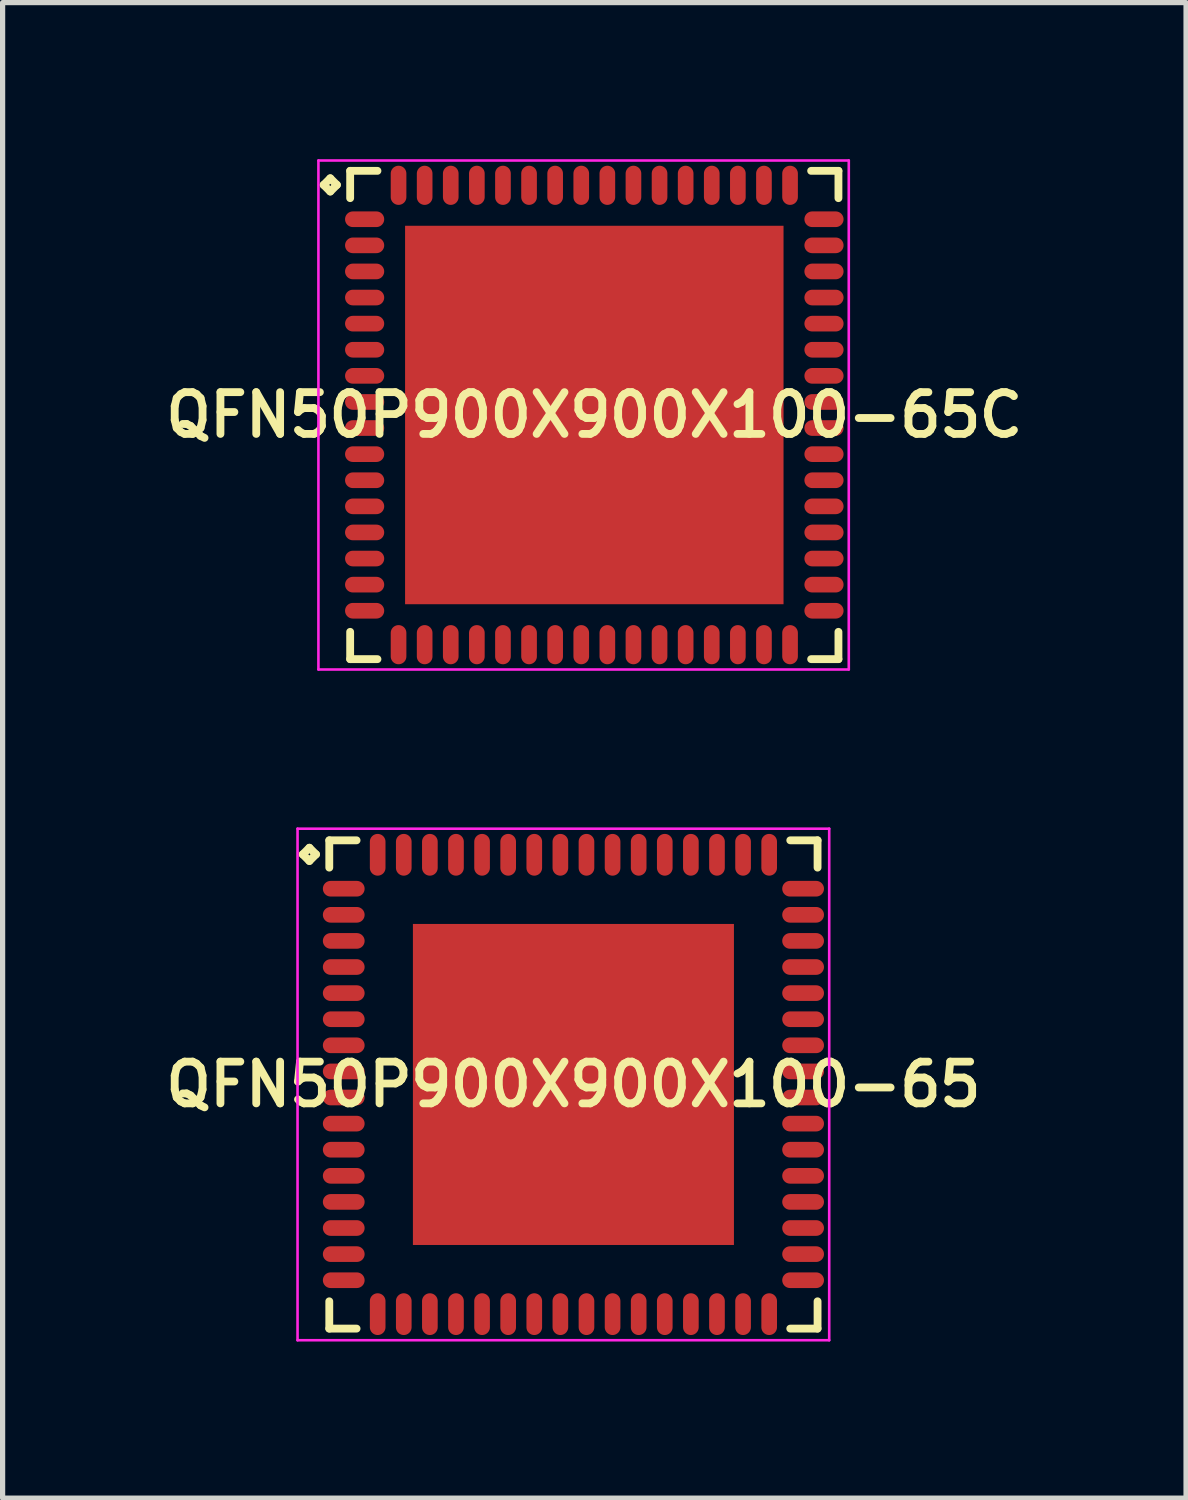
<source format=kicad_pcb>
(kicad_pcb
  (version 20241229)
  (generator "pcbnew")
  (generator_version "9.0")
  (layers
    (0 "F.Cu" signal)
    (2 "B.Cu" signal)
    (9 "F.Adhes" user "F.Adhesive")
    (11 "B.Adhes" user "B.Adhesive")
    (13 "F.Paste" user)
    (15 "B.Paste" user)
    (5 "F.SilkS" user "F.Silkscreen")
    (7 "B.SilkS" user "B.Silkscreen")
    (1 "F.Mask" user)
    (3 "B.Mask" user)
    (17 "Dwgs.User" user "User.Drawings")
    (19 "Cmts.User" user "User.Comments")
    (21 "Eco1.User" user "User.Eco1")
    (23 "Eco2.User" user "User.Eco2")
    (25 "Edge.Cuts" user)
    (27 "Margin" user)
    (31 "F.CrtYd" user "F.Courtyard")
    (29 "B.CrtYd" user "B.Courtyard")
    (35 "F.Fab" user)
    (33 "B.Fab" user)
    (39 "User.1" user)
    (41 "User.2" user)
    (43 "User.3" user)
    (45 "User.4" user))
  (footprint "QFN50P900X900X100-65C"
    (layer "F.Cu")
    (at 8.335 4.9)
    (property "Reference" "QFN50P900X900X100-65C" (at 0 0 0) (layer "F.SilkS") (effects (font (size 0.8 0.8) (thickness 0.15))))
    (attr smd)
    (fp_line (start -5.185 -4.408) (end -5.058 -4.535) (stroke (width 0.15) (type solid)) (layer "F.SilkS"))
    (fp_line (start -5.058 -4.535) (end -4.931 -4.408) (stroke (width 0.15) (type solid)) (layer "F.SilkS"))
    (fp_line (start -5.058 -4.281) (end -5.185 -4.408) (stroke (width 0.15) (type solid)) (layer "F.SilkS"))
    (fp_line (start -4.931 -4.408) (end -5.058 -4.281) (stroke (width 0.15) (type solid)) (layer "F.SilkS"))
    (fp_line (start -4.677 -4.677) (end -4.154 -4.677) (stroke (width 0.15) (type solid)) (layer "F.SilkS"))
    (fp_line (start -4.677 -4.154) (end -4.677 -4.677) (stroke (width 0.15) (type solid)) (layer "F.SilkS"))
    (fp_line (start -4.677 4.154) (end -4.677 4.677) (stroke (width 0.15) (type solid)) (layer "F.SilkS"))
    (fp_line (start -4.677 4.677) (end -4.154 4.677) (stroke (width 0.15) (type solid)) (layer "F.SilkS"))
    (fp_line (start 4.154 -4.677) (end 4.677 -4.677) (stroke (width 0.15) (type solid)) (layer "F.SilkS"))
    (fp_line (start 4.154 4.677) (end 4.677 4.677) (stroke (width 0.15) (type solid)) (layer "F.SilkS"))
    (fp_line (start 4.677 -4.677) (end 4.677 -4.154) (stroke (width 0.15) (type solid)) (layer "F.SilkS"))
    (fp_line (start 4.677 4.677) (end 4.677 4.154) (stroke (width 0.15) (type solid)) (layer "F.SilkS"))
    (fp_line (start -5.285 -4.875) (end 4.875 -4.875) (stroke (width 0.05) (type solid)) (layer "F.CrtYd"))
    (fp_line (start -5.285 4.875) (end -5.285 -4.875) (stroke (width 0.05) (type solid)) (layer "F.CrtYd"))
    (fp_line (start 4.875 -4.875) (end 4.875 4.875) (stroke (width 0.05) (type solid)) (layer "F.CrtYd"))
    (fp_line (start 4.875 4.875) (end -5.285 4.875) (stroke (width 0.05) (type solid)) (layer "F.CrtYd"))
    (pad "1" smd oval (at -4.4 -3.75) (size 0.75 0.3) (layers "F.Cu" "F.Mask" "F.Paste"))
    (pad "2" smd oval (at -4.4 -3.25) (size 0.75 0.3) (layers "F.Cu" "F.Mask" "F.Paste"))
    (pad "3" smd oval (at -4.4 -2.75) (size 0.75 0.3) (layers "F.Cu" "F.Mask" "F.Paste"))
    (pad "4" smd oval (at -4.4 -2.25) (size 0.75 0.3) (layers "F.Cu" "F.Mask" "F.Paste"))
    (pad "5" smd oval (at -4.4 -1.75) (size 0.75 0.3) (layers "F.Cu" "F.Mask" "F.Paste"))
    (pad "6" smd oval (at -4.4 -1.25) (size 0.75 0.3) (layers "F.Cu" "F.Mask" "F.Paste"))
    (pad "7" smd oval (at -4.4 -0.75) (size 0.75 0.3) (layers "F.Cu" "F.Mask" "F.Paste"))
    (pad "8" smd oval (at -4.4 -0.25) (size 0.75 0.3) (layers "F.Cu" "F.Mask" "F.Paste"))
    (pad "9" smd oval (at -4.4 0.25) (size 0.75 0.3) (layers "F.Cu" "F.Mask" "F.Paste"))
    (pad "10" smd oval (at -4.4 0.75) (size 0.75 0.3) (layers "F.Cu" "F.Mask" "F.Paste"))
    (pad "11" smd oval (at -4.4 1.25) (size 0.75 0.3) (layers "F.Cu" "F.Mask" "F.Paste"))
    (pad "12" smd oval (at -4.4 1.75) (size 0.75 0.3) (layers "F.Cu" "F.Mask" "F.Paste"))
    (pad "13" smd oval (at -4.4 2.25) (size 0.75 0.3) (layers "F.Cu" "F.Mask" "F.Paste"))
    (pad "14" smd oval (at -4.4 2.75) (size 0.75 0.3) (layers "F.Cu" "F.Mask" "F.Paste"))
    (pad "15" smd oval (at -4.4 3.25) (size 0.75 0.3) (layers "F.Cu" "F.Mask" "F.Paste"))
    (pad "16" smd oval (at -4.4 3.75) (size 0.75 0.3) (layers "F.Cu" "F.Mask" "F.Paste"))
    (pad "17" smd oval (at -3.75 4.4) (size 0.3 0.75) (layers "F.Cu" "F.Mask" "F.Paste"))
    (pad "18" smd oval (at -3.25 4.4) (size 0.3 0.75) (layers "F.Cu" "F.Mask" "F.Paste"))
    (pad "19" smd oval (at -2.75 4.4) (size 0.3 0.75) (layers "F.Cu" "F.Mask" "F.Paste"))
    (pad "20" smd oval (at -2.25 4.4) (size 0.3 0.75) (layers "F.Cu" "F.Mask" "F.Paste"))
    (pad "21" smd oval (at -1.75 4.4) (size 0.3 0.75) (layers "F.Cu" "F.Mask" "F.Paste"))
    (pad "22" smd oval (at -1.25 4.4) (size 0.3 0.75) (layers "F.Cu" "F.Mask" "F.Paste"))
    (pad "23" smd oval (at -0.75 4.4) (size 0.3 0.75) (layers "F.Cu" "F.Mask" "F.Paste"))
    (pad "24" smd oval (at -0.25 4.4) (size 0.3 0.75) (layers "F.Cu" "F.Mask" "F.Paste"))
    (pad "25" smd oval (at 0.25 4.4) (size 0.3 0.75) (layers "F.Cu" "F.Mask" "F.Paste"))
    (pad "26" smd oval (at 0.75 4.4) (size 0.3 0.75) (layers "F.Cu" "F.Mask" "F.Paste"))
    (pad "27" smd oval (at 1.25 4.4) (size 0.3 0.75) (layers "F.Cu" "F.Mask" "F.Paste"))
    (pad "28" smd oval (at 1.75 4.4) (size 0.3 0.75) (layers "F.Cu" "F.Mask" "F.Paste"))
    (pad "29" smd oval (at 2.25 4.4) (size 0.3 0.75) (layers "F.Cu" "F.Mask" "F.Paste"))
    (pad "30" smd oval (at 2.75 4.4) (size 0.3 0.75) (layers "F.Cu" "F.Mask" "F.Paste"))
    (pad "31" smd oval (at 3.25 4.4) (size 0.3 0.75) (layers "F.Cu" "F.Mask" "F.Paste"))
    (pad "32" smd oval (at 3.75 4.4) (size 0.3 0.75) (layers "F.Cu" "F.Mask" "F.Paste"))
    (pad "33" smd oval (at 4.4 3.75) (size 0.75 0.3) (layers "F.Cu" "F.Mask" "F.Paste"))
    (pad "34" smd oval (at 4.4 3.25) (size 0.75 0.3) (layers "F.Cu" "F.Mask" "F.Paste"))
    (pad "35" smd oval (at 4.4 2.75) (size 0.75 0.3) (layers "F.Cu" "F.Mask" "F.Paste"))
    (pad "36" smd oval (at 4.4 2.25) (size 0.75 0.3) (layers "F.Cu" "F.Mask" "F.Paste"))
    (pad "37" smd oval (at 4.4 1.75) (size 0.75 0.3) (layers "F.Cu" "F.Mask" "F.Paste"))
    (pad "38" smd oval (at 4.4 1.25) (size 0.75 0.3) (layers "F.Cu" "F.Mask" "F.Paste"))
    (pad "39" smd oval (at 4.4 0.75) (size 0.75 0.3) (layers "F.Cu" "F.Mask" "F.Paste"))
    (pad "40" smd oval (at 4.4 0.25) (size 0.75 0.3) (layers "F.Cu" "F.Mask" "F.Paste"))
    (pad "41" smd oval (at 4.4 -0.25) (size 0.75 0.3) (layers "F.Cu" "F.Mask" "F.Paste"))
    (pad "42" smd oval (at 4.4 -0.75) (size 0.75 0.3) (layers "F.Cu" "F.Mask" "F.Paste"))
    (pad "43" smd oval (at 4.4 -1.25) (size 0.75 0.3) (layers "F.Cu" "F.Mask" "F.Paste"))
    (pad "44" smd oval (at 4.4 -1.75) (size 0.75 0.3) (layers "F.Cu" "F.Mask" "F.Paste"))
    (pad "45" smd oval (at 4.4 -2.25) (size 0.75 0.3) (layers "F.Cu" "F.Mask" "F.Paste"))
    (pad "46" smd oval (at 4.4 -2.75) (size 0.75 0.3) (layers "F.Cu" "F.Mask" "F.Paste"))
    (pad "47" smd oval (at 4.4 -3.25) (size 0.75 0.3) (layers "F.Cu" "F.Mask" "F.Paste"))
    (pad "48" smd oval (at 4.4 -3.75) (size 0.75 0.3) (layers "F.Cu" "F.Mask" "F.Paste"))
    (pad "49" smd oval (at 3.75 -4.4) (size 0.3 0.75) (layers "F.Cu" "F.Mask" "F.Paste"))
    (pad "50" smd oval (at 3.25 -4.4) (size 0.3 0.75) (layers "F.Cu" "F.Mask" "F.Paste"))
    (pad "51" smd oval (at 2.75 -4.4) (size 0.3 0.75) (layers "F.Cu" "F.Mask" "F.Paste"))
    (pad "52" smd oval (at 2.25 -4.4) (size 0.3 0.75) (layers "F.Cu" "F.Mask" "F.Paste"))
    (pad "53" smd oval (at 1.75 -4.4) (size 0.3 0.75) (layers "F.Cu" "F.Mask" "F.Paste"))
    (pad "54" smd oval (at 1.25 -4.4) (size 0.3 0.75) (layers "F.Cu" "F.Mask" "F.Paste"))
    (pad "55" smd oval (at 0.75 -4.4) (size 0.3 0.75) (layers "F.Cu" "F.Mask" "F.Paste"))
    (pad "56" smd oval (at 0.25 -4.4) (size 0.3 0.75) (layers "F.Cu" "F.Mask" "F.Paste"))
    (pad "57" smd oval (at -0.25 -4.4) (size 0.3 0.75) (layers "F.Cu" "F.Mask" "F.Paste"))
    (pad "58" smd oval (at -0.75 -4.4) (size 0.3 0.75) (layers "F.Cu" "F.Mask" "F.Paste"))
    (pad "59" smd oval (at -1.25 -4.4) (size 0.3 0.75) (layers "F.Cu" "F.Mask" "F.Paste"))
    (pad "60" smd oval (at -1.75 -4.4) (size 0.3 0.75) (layers "F.Cu" "F.Mask" "F.Paste"))
    (pad "61" smd oval (at -2.25 -4.4) (size 0.3 0.75) (layers "F.Cu" "F.Mask" "F.Paste"))
    (pad "62" smd oval (at -2.75 -4.4) (size 0.3 0.75) (layers "F.Cu" "F.Mask" "F.Paste"))
    (pad "63" smd oval (at -3.25 -4.4) (size 0.3 0.75) (layers "F.Cu" "F.Mask" "F.Paste"))
    (pad "64" smd oval (at -3.75 -4.4) (size 0.3 0.75) (layers "F.Cu" "F.Mask" "F.Paste"))
    (pad "65" smd rect (at 0 0) (size 7.25 7.25) (layers "F.Cu" "F.Mask" "F.Paste")))
  (footprint "QFN50P900X900X100-65"
    (layer "F.Cu")
    (at 7.935 17.725)
    (property "Reference" "QFN50P900X900X100-65" (at 0 0 0) (layer "F.SilkS") (effects (font (size 0.8 0.8) (thickness 0.15))))
    (attr smd)
    (fp_line (start -5.185 -4.408) (end -5.058 -4.535) (stroke (width 0.15) (type solid)) (layer "F.SilkS"))
    (fp_line (start -5.058 -4.535) (end -4.931 -4.408) (stroke (width 0.15) (type solid)) (layer "F.SilkS"))
    (fp_line (start -5.058 -4.281) (end -5.185 -4.408) (stroke (width 0.15) (type solid)) (layer "F.SilkS"))
    (fp_line (start -4.931 -4.408) (end -5.058 -4.281) (stroke (width 0.15) (type solid)) (layer "F.SilkS"))
    (fp_line (start -4.677 -4.677) (end -4.154 -4.677) (stroke (width 0.15) (type solid)) (layer "F.SilkS"))
    (fp_line (start -4.677 -4.154) (end -4.677 -4.677) (stroke (width 0.15) (type solid)) (layer "F.SilkS"))
    (fp_line (start -4.677 4.154) (end -4.677 4.677) (stroke (width 0.15) (type solid)) (layer "F.SilkS"))
    (fp_line (start -4.677 4.677) (end -4.154 4.677) (stroke (width 0.15) (type solid)) (layer "F.SilkS"))
    (fp_line (start 4.154 -4.677) (end 4.677 -4.677) (stroke (width 0.15) (type solid)) (layer "F.SilkS"))
    (fp_line (start 4.154 4.677) (end 4.677 4.677) (stroke (width 0.15) (type solid)) (layer "F.SilkS"))
    (fp_line (start 4.677 -4.677) (end 4.677 -4.154) (stroke (width 0.15) (type solid)) (layer "F.SilkS"))
    (fp_line (start 4.677 4.677) (end 4.677 4.154) (stroke (width 0.15) (type solid)) (layer "F.SilkS"))
    (fp_line (start -5.285 -4.9) (end 4.9 -4.9) (stroke (width 0.05) (type solid)) (layer "F.CrtYd"))
    (fp_line (start -5.285 4.9) (end -5.285 -4.9) (stroke (width 0.05) (type solid)) (layer "F.CrtYd"))
    (fp_line (start 4.9 -4.9) (end 4.9 4.9) (stroke (width 0.05) (type solid)) (layer "F.CrtYd"))
    (fp_line (start 4.9 4.9) (end -5.285 4.9) (stroke (width 0.05) (type solid)) (layer "F.CrtYd"))
    (pad "1" smd oval (at -4.4 -3.75) (size 0.8 0.3) (layers "F.Cu" "F.Mask" "F.Paste"))
    (pad "2" smd oval (at -4.4 -3.25) (size 0.8 0.3) (layers "F.Cu" "F.Mask" "F.Paste"))
    (pad "3" smd oval (at -4.4 -2.75) (size 0.8 0.3) (layers "F.Cu" "F.Mask" "F.Paste"))
    (pad "4" smd oval (at -4.4 -2.25) (size 0.8 0.3) (layers "F.Cu" "F.Mask" "F.Paste"))
    (pad "5" smd oval (at -4.4 -1.75) (size 0.8 0.3) (layers "F.Cu" "F.Mask" "F.Paste"))
    (pad "6" smd oval (at -4.4 -1.25) (size 0.8 0.3) (layers "F.Cu" "F.Mask" "F.Paste"))
    (pad "7" smd oval (at -4.4 -0.75) (size 0.8 0.3) (layers "F.Cu" "F.Mask" "F.Paste"))
    (pad "8" smd oval (at -4.4 -0.25) (size 0.8 0.3) (layers "F.Cu" "F.Mask" "F.Paste"))
    (pad "9" smd oval (at -4.4 0.25) (size 0.8 0.3) (layers "F.Cu" "F.Mask" "F.Paste"))
    (pad "10" smd oval (at -4.4 0.75) (size 0.8 0.3) (layers "F.Cu" "F.Mask" "F.Paste"))
    (pad "11" smd oval (at -4.4 1.25) (size 0.8 0.3) (layers "F.Cu" "F.Mask" "F.Paste"))
    (pad "12" smd oval (at -4.4 1.75) (size 0.8 0.3) (layers "F.Cu" "F.Mask" "F.Paste"))
    (pad "13" smd oval (at -4.4 2.25) (size 0.8 0.3) (layers "F.Cu" "F.Mask" "F.Paste"))
    (pad "14" smd oval (at -4.4 2.75) (size 0.8 0.3) (layers "F.Cu" "F.Mask" "F.Paste"))
    (pad "15" smd oval (at -4.4 3.25) (size 0.8 0.3) (layers "F.Cu" "F.Mask" "F.Paste"))
    (pad "16" smd oval (at -4.4 3.75) (size 0.8 0.3) (layers "F.Cu" "F.Mask" "F.Paste"))
    (pad "17" smd oval (at -3.75 4.4) (size 0.3 0.8) (layers "F.Cu" "F.Mask" "F.Paste"))
    (pad "18" smd oval (at -3.25 4.4) (size 0.3 0.8) (layers "F.Cu" "F.Mask" "F.Paste"))
    (pad "19" smd oval (at -2.75 4.4) (size 0.3 0.8) (layers "F.Cu" "F.Mask" "F.Paste"))
    (pad "20" smd oval (at -2.25 4.4) (size 0.3 0.8) (layers "F.Cu" "F.Mask" "F.Paste"))
    (pad "21" smd oval (at -1.75 4.4) (size 0.3 0.8) (layers "F.Cu" "F.Mask" "F.Paste"))
    (pad "22" smd oval (at -1.25 4.4) (size 0.3 0.8) (layers "F.Cu" "F.Mask" "F.Paste"))
    (pad "23" smd oval (at -0.75 4.4) (size 0.3 0.8) (layers "F.Cu" "F.Mask" "F.Paste"))
    (pad "24" smd oval (at -0.25 4.4) (size 0.3 0.8) (layers "F.Cu" "F.Mask" "F.Paste"))
    (pad "25" smd oval (at 0.25 4.4) (size 0.3 0.8) (layers "F.Cu" "F.Mask" "F.Paste"))
    (pad "26" smd oval (at 0.75 4.4) (size 0.3 0.8) (layers "F.Cu" "F.Mask" "F.Paste"))
    (pad "27" smd oval (at 1.25 4.4) (size 0.3 0.8) (layers "F.Cu" "F.Mask" "F.Paste"))
    (pad "28" smd oval (at 1.75 4.4) (size 0.3 0.8) (layers "F.Cu" "F.Mask" "F.Paste"))
    (pad "29" smd oval (at 2.25 4.4) (size 0.3 0.8) (layers "F.Cu" "F.Mask" "F.Paste"))
    (pad "30" smd oval (at 2.75 4.4) (size 0.3 0.8) (layers "F.Cu" "F.Mask" "F.Paste"))
    (pad "31" smd oval (at 3.25 4.4) (size 0.3 0.8) (layers "F.Cu" "F.Mask" "F.Paste"))
    (pad "32" smd oval (at 3.75 4.4) (size 0.3 0.8) (layers "F.Cu" "F.Mask" "F.Paste"))
    (pad "33" smd oval (at 4.4 3.75) (size 0.8 0.3) (layers "F.Cu" "F.Mask" "F.Paste"))
    (pad "34" smd oval (at 4.4 3.25) (size 0.8 0.3) (layers "F.Cu" "F.Mask" "F.Paste"))
    (pad "35" smd oval (at 4.4 2.75) (size 0.8 0.3) (layers "F.Cu" "F.Mask" "F.Paste"))
    (pad "36" smd oval (at 4.4 2.25) (size 0.8 0.3) (layers "F.Cu" "F.Mask" "F.Paste"))
    (pad "37" smd oval (at 4.4 1.75) (size 0.8 0.3) (layers "F.Cu" "F.Mask" "F.Paste"))
    (pad "38" smd oval (at 4.4 1.25) (size 0.8 0.3) (layers "F.Cu" "F.Mask" "F.Paste"))
    (pad "39" smd oval (at 4.4 0.75) (size 0.8 0.3) (layers "F.Cu" "F.Mask" "F.Paste"))
    (pad "40" smd oval (at 4.4 0.25) (size 0.8 0.3) (layers "F.Cu" "F.Mask" "F.Paste"))
    (pad "41" smd oval (at 4.4 -0.25) (size 0.8 0.3) (layers "F.Cu" "F.Mask" "F.Paste"))
    (pad "42" smd oval (at 4.4 -0.75) (size 0.8 0.3) (layers "F.Cu" "F.Mask" "F.Paste"))
    (pad "43" smd oval (at 4.4 -1.25) (size 0.8 0.3) (layers "F.Cu" "F.Mask" "F.Paste"))
    (pad "44" smd oval (at 4.4 -1.75) (size 0.8 0.3) (layers "F.Cu" "F.Mask" "F.Paste"))
    (pad "45" smd oval (at 4.4 -2.25) (size 0.8 0.3) (layers "F.Cu" "F.Mask" "F.Paste"))
    (pad "46" smd oval (at 4.4 -2.75) (size 0.8 0.3) (layers "F.Cu" "F.Mask" "F.Paste"))
    (pad "47" smd oval (at 4.4 -3.25) (size 0.8 0.3) (layers "F.Cu" "F.Mask" "F.Paste"))
    (pad "48" smd oval (at 4.4 -3.75) (size 0.8 0.3) (layers "F.Cu" "F.Mask" "F.Paste"))
    (pad "49" smd oval (at 3.75 -4.4) (size 0.3 0.8) (layers "F.Cu" "F.Mask" "F.Paste"))
    (pad "50" smd oval (at 3.25 -4.4) (size 0.3 0.8) (layers "F.Cu" "F.Mask" "F.Paste"))
    (pad "51" smd oval (at 2.75 -4.4) (size 0.3 0.8) (layers "F.Cu" "F.Mask" "F.Paste"))
    (pad "52" smd oval (at 2.25 -4.4) (size 0.3 0.8) (layers "F.Cu" "F.Mask" "F.Paste"))
    (pad "53" smd oval (at 1.75 -4.4) (size 0.3 0.8) (layers "F.Cu" "F.Mask" "F.Paste"))
    (pad "54" smd oval (at 1.25 -4.4) (size 0.3 0.8) (layers "F.Cu" "F.Mask" "F.Paste"))
    (pad "55" smd oval (at 0.75 -4.4) (size 0.3 0.8) (layers "F.Cu" "F.Mask" "F.Paste"))
    (pad "56" smd oval (at 0.25 -4.4) (size 0.3 0.8) (layers "F.Cu" "F.Mask" "F.Paste"))
    (pad "57" smd oval (at -0.25 -4.4) (size 0.3 0.8) (layers "F.Cu" "F.Mask" "F.Paste"))
    (pad "58" smd oval (at -0.75 -4.4) (size 0.3 0.8) (layers "F.Cu" "F.Mask" "F.Paste"))
    (pad "59" smd oval (at -1.25 -4.4) (size 0.3 0.8) (layers "F.Cu" "F.Mask" "F.Paste"))
    (pad "60" smd oval (at -1.75 -4.4) (size 0.3 0.8) (layers "F.Cu" "F.Mask" "F.Paste"))
    (pad "61" smd oval (at -2.25 -4.4) (size 0.3 0.8) (layers "F.Cu" "F.Mask" "F.Paste"))
    (pad "62" smd oval (at -2.75 -4.4) (size 0.3 0.8) (layers "F.Cu" "F.Mask" "F.Paste"))
    (pad "63" smd oval (at -3.25 -4.4) (size 0.3 0.8) (layers "F.Cu" "F.Mask" "F.Paste"))
    (pad "64" smd oval (at -3.75 -4.4) (size 0.3 0.8) (layers "F.Cu" "F.Mask" "F.Paste"))
    (pad "65" smd rect (at 0 0) (size 6.15 6.15) (layers "F.Cu" "F.Mask" "F.Paste")))
  (gr_rect
    (start -3 -3)
    (end 19.671 25.65)
    (stroke (width 0.1) (type default))
    (fill no)
    (layer "Edge.Cuts")))
</source>
